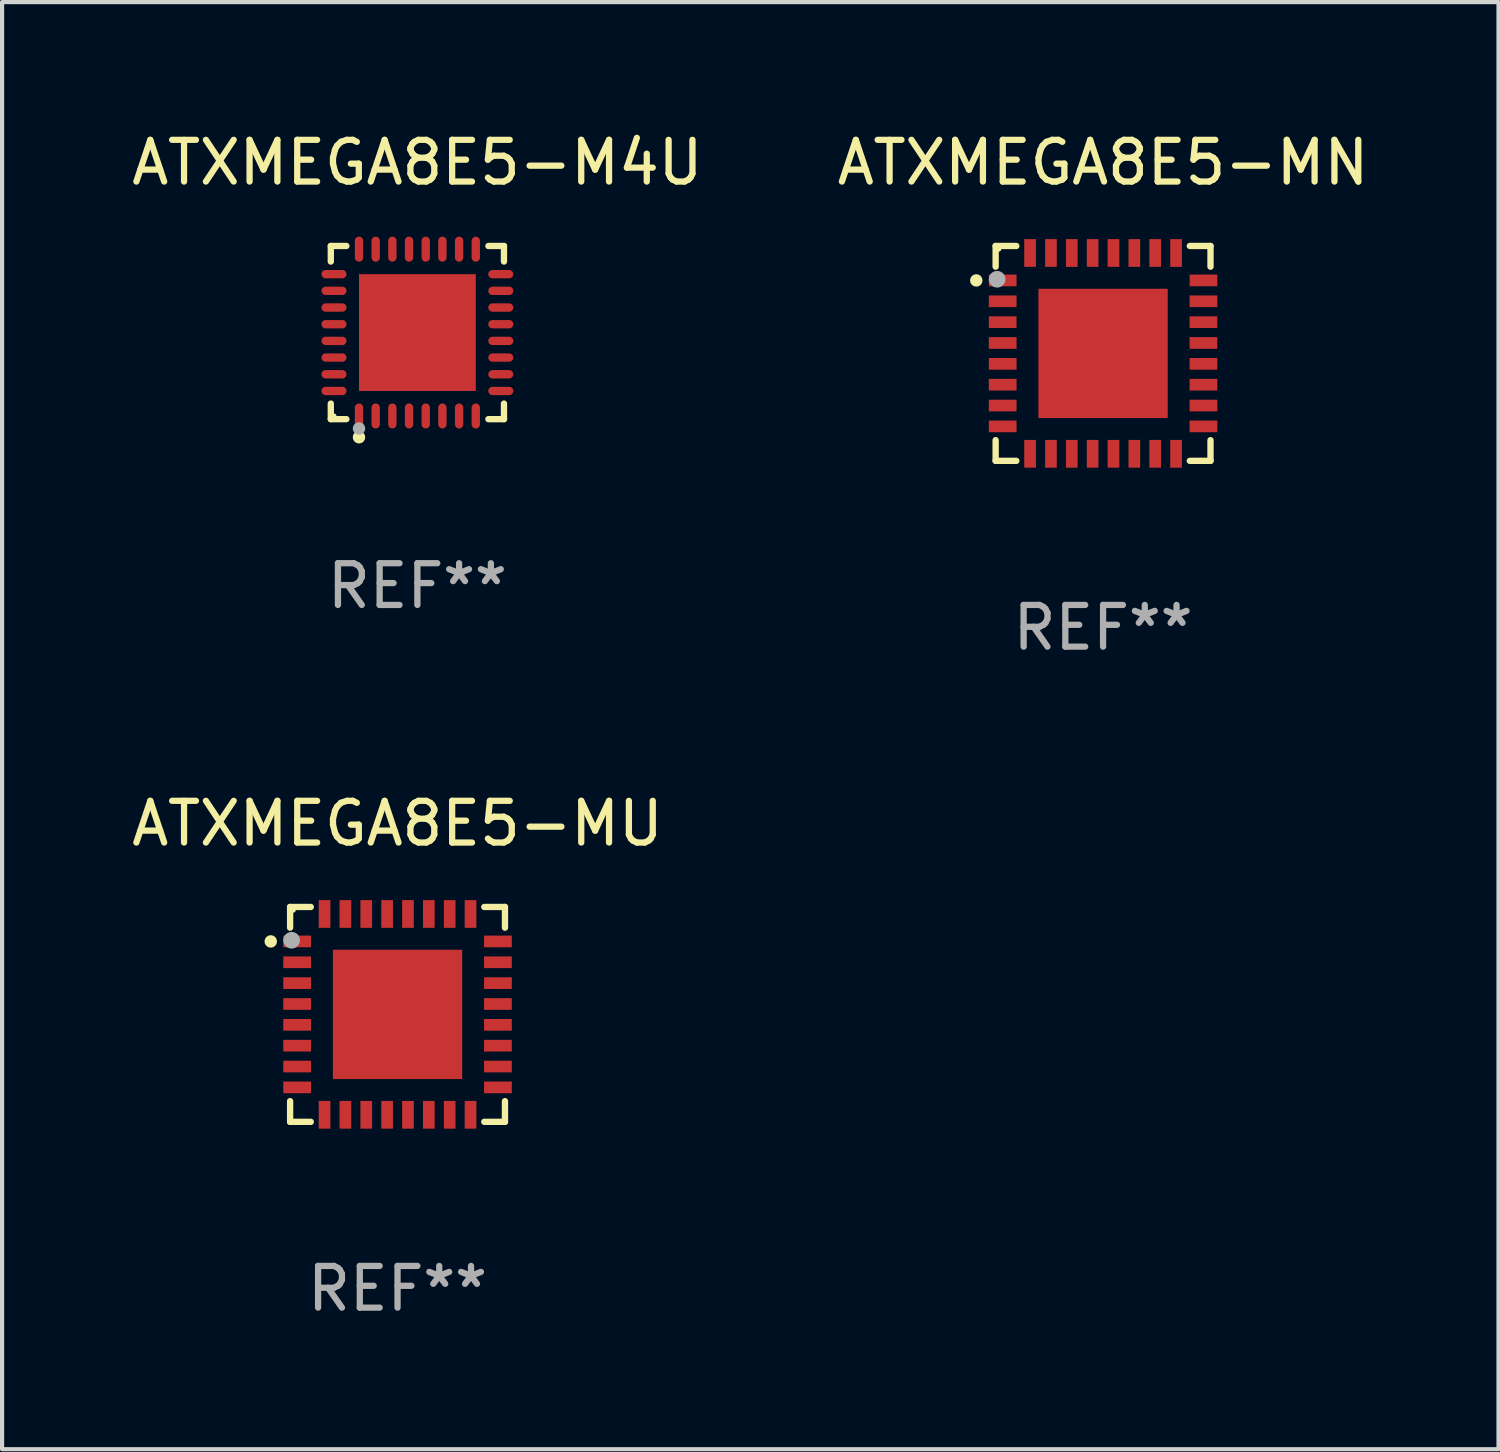
<source format=kicad_pcb>
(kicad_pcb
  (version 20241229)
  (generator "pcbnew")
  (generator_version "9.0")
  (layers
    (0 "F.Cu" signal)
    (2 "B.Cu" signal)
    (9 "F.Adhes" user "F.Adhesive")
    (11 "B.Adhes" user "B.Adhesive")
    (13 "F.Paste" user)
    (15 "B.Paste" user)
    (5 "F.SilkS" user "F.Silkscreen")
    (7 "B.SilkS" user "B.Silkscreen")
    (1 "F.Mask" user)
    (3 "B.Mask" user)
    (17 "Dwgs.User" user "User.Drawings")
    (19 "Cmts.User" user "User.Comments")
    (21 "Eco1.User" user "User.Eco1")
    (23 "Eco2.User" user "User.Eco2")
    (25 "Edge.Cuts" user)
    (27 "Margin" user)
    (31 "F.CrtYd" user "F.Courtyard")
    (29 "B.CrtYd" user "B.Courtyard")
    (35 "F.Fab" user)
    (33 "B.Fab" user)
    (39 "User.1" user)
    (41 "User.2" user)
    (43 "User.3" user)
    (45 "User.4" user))
  (footprint "ATXMEGA8E5-MN"
    (layer "F.Cu")
    (at 23.399 5.424)
    (property "Reference" "ATXMEGA8E5-MN" (at 0 -4.576 0) (layer "F.SilkS") (effects (font (size 1 1) (thickness 0.15))))
    (attr through_hole)
    (fp_line (start -2.576 -2.576) (end -2.576 -2.08) (stroke (width 0.152) (type solid)) (layer "F.SilkS"))
    (fp_line (start -2.576 2.576) (end -2.576 2.08) (stroke (width 0.152) (type solid)) (layer "F.SilkS"))
    (fp_line (start -2.08 -2.576) (end -2.576 -2.576) (stroke (width 0.152) (type solid)) (layer "F.SilkS"))
    (fp_line (start -2.08 2.576) (end -2.576 2.576) (stroke (width 0.152) (type solid)) (layer "F.SilkS"))
    (fp_line (start 2.08 -2.576) (end 2.576 -2.576) (stroke (width 0.152) (type solid)) (layer "F.SilkS"))
    (fp_line (start 2.08 2.576) (end 2.576 2.576) (stroke (width 0.152) (type solid)) (layer "F.SilkS"))
    (fp_line (start 2.576 -2.576) (end 2.576 -2.08) (stroke (width 0.152) (type solid)) (layer "F.SilkS"))
    (fp_line (start 2.576 2.576) (end 2.576 2.08) (stroke (width 0.152) (type solid)) (layer "F.SilkS"))
    (fp_circle (center -3.04 -1.75) (end -2.965 -1.75) (stroke (width 0.15) (type solid)) (fill no) (layer "F.SilkS"))
    (fp_circle (center -2.5 -2.5) (end -2.47 -2.5) (stroke (width 0.06) (type solid)) (fill no) (layer "F.SilkS"))
    (fp_circle (center -2.54 -1.778) (end -2.44 -1.778) (stroke (width 0.2) (type solid)) (fill no) (layer "F.Fab"))
    (fp_text user "REF**" (at 0 6.576 0) (layer "F.Fab") (effects (font (size 1 1) (thickness 0.15))))
    (pad "1" smd rect (at -2.407 -1.75) (size 0.665 0.28) (layers "F.Cu" "F.Mask" "F.Paste"))
    (pad "2" smd rect (at -2.407 -1.25) (size 0.665 0.28) (layers "F.Cu" "F.Mask" "F.Paste"))
    (pad "3" smd rect (at -2.407 -0.75) (size 0.665 0.28) (layers "F.Cu" "F.Mask" "F.Paste"))
    (pad "4" smd rect (at -2.407 -0.25) (size 0.665 0.28) (layers "F.Cu" "F.Mask" "F.Paste"))
    (pad "5" smd rect (at -2.407 0.25) (size 0.665 0.28) (layers "F.Cu" "F.Mask" "F.Paste"))
    (pad "6" smd rect (at -2.407 0.75) (size 0.665 0.28) (layers "F.Cu" "F.Mask" "F.Paste"))
    (pad "7" smd rect (at -2.407 1.25) (size 0.665 0.28) (layers "F.Cu" "F.Mask" "F.Paste"))
    (pad "8" smd rect (at -2.407 1.75) (size 0.665 0.28) (layers "F.Cu" "F.Mask" "F.Paste"))
    (pad "9" smd rect (at -1.75 2.407) (size 0.28 0.665) (layers "F.Cu" "F.Mask" "F.Paste"))
    (pad "10" smd rect (at -1.25 2.407) (size 0.28 0.665) (layers "F.Cu" "F.Mask" "F.Paste"))
    (pad "11" smd rect (at -0.75 2.407) (size 0.28 0.665) (layers "F.Cu" "F.Mask" "F.Paste"))
    (pad "12" smd rect (at -0.25 2.407) (size 0.28 0.665) (layers "F.Cu" "F.Mask" "F.Paste"))
    (pad "13" smd rect (at 0.25 2.407) (size 0.28 0.665) (layers "F.Cu" "F.Mask" "F.Paste"))
    (pad "14" smd rect (at 0.75 2.407) (size 0.28 0.665) (layers "F.Cu" "F.Mask" "F.Paste"))
    (pad "15" smd rect (at 1.25 2.407) (size 0.28 0.665) (layers "F.Cu" "F.Mask" "F.Paste"))
    (pad "16" smd rect (at 1.75 2.407) (size 0.28 0.665) (layers "F.Cu" "F.Mask" "F.Paste"))
    (pad "17" smd rect (at 2.407 1.75) (size 0.665 0.28) (layers "F.Cu" "F.Mask" "F.Paste"))
    (pad "18" smd rect (at 2.407 1.25) (size 0.665 0.28) (layers "F.Cu" "F.Mask" "F.Paste"))
    (pad "19" smd rect (at 2.407 0.75) (size 0.665 0.28) (layers "F.Cu" "F.Mask" "F.Paste"))
    (pad "20" smd rect (at 2.407 0.25) (size 0.665 0.28) (layers "F.Cu" "F.Mask" "F.Paste"))
    (pad "21" smd rect (at 2.407 -0.25) (size 0.665 0.28) (layers "F.Cu" "F.Mask" "F.Paste"))
    (pad "22" smd rect (at 2.407 -0.75) (size 0.665 0.28) (layers "F.Cu" "F.Mask" "F.Paste"))
    (pad "23" smd rect (at 2.407 -1.25) (size 0.665 0.28) (layers "F.Cu" "F.Mask" "F.Paste"))
    (pad "24" smd rect (at 2.407 -1.75) (size 0.665 0.28) (layers "F.Cu" "F.Mask" "F.Paste"))
    (pad "25" smd rect (at 1.75 -2.408) (size 0.28 0.665) (layers "F.Cu" "F.Mask" "F.Paste"))
    (pad "26" smd rect (at 1.25 -2.408) (size 0.28 0.665) (layers "F.Cu" "F.Mask" "F.Paste"))
    (pad "27" smd rect (at 0.75 -2.408) (size 0.28 0.665) (layers "F.Cu" "F.Mask" "F.Paste"))
    (pad "28" smd rect (at 0.25 -2.408) (size 0.28 0.665) (layers "F.Cu" "F.Mask" "F.Paste"))
    (pad "29" smd rect (at -0.25 -2.408) (size 0.28 0.665) (layers "F.Cu" "F.Mask" "F.Paste"))
    (pad "30" smd rect (at -0.75 -2.408) (size 0.28 0.665) (layers "F.Cu" "F.Mask" "F.Paste"))
    (pad "31" smd rect (at -1.25 -2.408) (size 0.28 0.665) (layers "F.Cu" "F.Mask" "F.Paste"))
    (pad "32" smd rect (at -1.75 -2.408) (size 0.28 0.665) (layers "F.Cu" "F.Mask" "F.Paste"))
    (pad "33" smd rect (at -0.000076 -0.000102) (size 3.1 3.1) (layers "F.Cu" "F.Mask" "F.Paste")))
  (footprint "ATXMEGA8E5-MU"
    (layer "F.Cu")
    (at 6.482 21.273)
    (property "Reference" "ATXMEGA8E5-MU" (at 0 -4.576 0) (layer "F.SilkS") (effects (font (size 1 1) (thickness 0.15))))
    (attr through_hole)
    (fp_line (start -2.576 -2.576) (end -2.576 -2.08) (stroke (width 0.152) (type solid)) (layer "F.SilkS"))
    (fp_line (start -2.576 2.576) (end -2.576 2.08) (stroke (width 0.152) (type solid)) (layer "F.SilkS"))
    (fp_line (start -2.08 -2.576) (end -2.576 -2.576) (stroke (width 0.152) (type solid)) (layer "F.SilkS"))
    (fp_line (start -2.08 2.576) (end -2.576 2.576) (stroke (width 0.152) (type solid)) (layer "F.SilkS"))
    (fp_line (start 2.08 -2.576) (end 2.576 -2.576) (stroke (width 0.152) (type solid)) (layer "F.SilkS"))
    (fp_line (start 2.08 2.576) (end 2.576 2.576) (stroke (width 0.152) (type solid)) (layer "F.SilkS"))
    (fp_line (start 2.576 -2.576) (end 2.576 -2.08) (stroke (width 0.152) (type solid)) (layer "F.SilkS"))
    (fp_line (start 2.576 2.576) (end 2.576 2.08) (stroke (width 0.152) (type solid)) (layer "F.SilkS"))
    (fp_circle (center -3.04 -1.75) (end -2.965 -1.75) (stroke (width 0.15) (type solid)) (fill no) (layer "F.SilkS"))
    (fp_circle (center -2.5 -2.5) (end -2.47 -2.5) (stroke (width 0.06) (type solid)) (fill no) (layer "F.SilkS"))
    (fp_circle (center -2.54 -1.778) (end -2.44 -1.778) (stroke (width 0.2) (type solid)) (fill no) (layer "F.Fab"))
    (fp_text user "REF**" (at 0 6.576 0) (layer "F.Fab") (effects (font (size 1 1) (thickness 0.15))))
    (pad "1" smd rect (at -2.407 -1.75) (size 0.665 0.28) (layers "F.Cu" "F.Mask" "F.Paste"))
    (pad "2" smd rect (at -2.407 -1.25) (size 0.665 0.28) (layers "F.Cu" "F.Mask" "F.Paste"))
    (pad "3" smd rect (at -2.407 -0.75) (size 0.665 0.28) (layers "F.Cu" "F.Mask" "F.Paste"))
    (pad "4" smd rect (at -2.407 -0.25) (size 0.665 0.28) (layers "F.Cu" "F.Mask" "F.Paste"))
    (pad "5" smd rect (at -2.407 0.25) (size 0.665 0.28) (layers "F.Cu" "F.Mask" "F.Paste"))
    (pad "6" smd rect (at -2.407 0.75) (size 0.665 0.28) (layers "F.Cu" "F.Mask" "F.Paste"))
    (pad "7" smd rect (at -2.407 1.25) (size 0.665 0.28) (layers "F.Cu" "F.Mask" "F.Paste"))
    (pad "8" smd rect (at -2.407 1.75) (size 0.665 0.28) (layers "F.Cu" "F.Mask" "F.Paste"))
    (pad "9" smd rect (at -1.75 2.407) (size 0.28 0.665) (layers "F.Cu" "F.Mask" "F.Paste"))
    (pad "10" smd rect (at -1.25 2.407) (size 0.28 0.665) (layers "F.Cu" "F.Mask" "F.Paste"))
    (pad "11" smd rect (at -0.75 2.407) (size 0.28 0.665) (layers "F.Cu" "F.Mask" "F.Paste"))
    (pad "12" smd rect (at -0.25 2.407) (size 0.28 0.665) (layers "F.Cu" "F.Mask" "F.Paste"))
    (pad "13" smd rect (at 0.25 2.407) (size 0.28 0.665) (layers "F.Cu" "F.Mask" "F.Paste"))
    (pad "14" smd rect (at 0.75 2.407) (size 0.28 0.665) (layers "F.Cu" "F.Mask" "F.Paste"))
    (pad "15" smd rect (at 1.25 2.407) (size 0.28 0.665) (layers "F.Cu" "F.Mask" "F.Paste"))
    (pad "16" smd rect (at 1.75 2.407) (size 0.28 0.665) (layers "F.Cu" "F.Mask" "F.Paste"))
    (pad "17" smd rect (at 2.407 1.75) (size 0.665 0.28) (layers "F.Cu" "F.Mask" "F.Paste"))
    (pad "18" smd rect (at 2.407 1.25) (size 0.665 0.28) (layers "F.Cu" "F.Mask" "F.Paste"))
    (pad "19" smd rect (at 2.407 0.75) (size 0.665 0.28) (layers "F.Cu" "F.Mask" "F.Paste"))
    (pad "20" smd rect (at 2.407 0.25) (size 0.665 0.28) (layers "F.Cu" "F.Mask" "F.Paste"))
    (pad "21" smd rect (at 2.407 -0.25) (size 0.665 0.28) (layers "F.Cu" "F.Mask" "F.Paste"))
    (pad "22" smd rect (at 2.407 -0.75) (size 0.665 0.28) (layers "F.Cu" "F.Mask" "F.Paste"))
    (pad "23" smd rect (at 2.407 -1.25) (size 0.665 0.28) (layers "F.Cu" "F.Mask" "F.Paste"))
    (pad "24" smd rect (at 2.407 -1.75) (size 0.665 0.28) (layers "F.Cu" "F.Mask" "F.Paste"))
    (pad "25" smd rect (at 1.75 -2.408) (size 0.28 0.665) (layers "F.Cu" "F.Mask" "F.Paste"))
    (pad "26" smd rect (at 1.25 -2.408) (size 0.28 0.665) (layers "F.Cu" "F.Mask" "F.Paste"))
    (pad "27" smd rect (at 0.75 -2.408) (size 0.28 0.665) (layers "F.Cu" "F.Mask" "F.Paste"))
    (pad "28" smd rect (at 0.25 -2.408) (size 0.28 0.665) (layers "F.Cu" "F.Mask" "F.Paste"))
    (pad "29" smd rect (at -0.25 -2.408) (size 0.28 0.665) (layers "F.Cu" "F.Mask" "F.Paste"))
    (pad "30" smd rect (at -0.75 -2.408) (size 0.28 0.665) (layers "F.Cu" "F.Mask" "F.Paste"))
    (pad "31" smd rect (at -1.25 -2.408) (size 0.28 0.665) (layers "F.Cu" "F.Mask" "F.Paste"))
    (pad "32" smd rect (at -1.75 -2.408) (size 0.28 0.665) (layers "F.Cu" "F.Mask" "F.Paste"))
    (pad "33" smd rect (at -0.000076 -0.000102) (size 3.1 3.1) (layers "F.Cu" "F.Mask" "F.Paste")))
  (footprint "ATXMEGA8E5-M4U"
    (layer "F.Cu")
    (at 6.958 4.924)
    (property "Reference" "ATXMEGA8E5-M4U" (at 0 -4.076 0) (layer "F.SilkS") (effects (font (size 1 1) (thickness 0.15))))
    (attr through_hole)
    (fp_line (start -2.076 -2.076) (end -1.703 -2.076) (stroke (width 0.152) (type solid)) (layer "F.SilkS"))
    (fp_line (start -2.076 -1.703) (end -2.076 -2.076) (stroke (width 0.152) (type solid)) (layer "F.SilkS"))
    (fp_line (start -2.076 1.703) (end -2.076 2.076) (stroke (width 0.152) (type solid)) (layer "F.SilkS"))
    (fp_line (start -2.076 2.076) (end -1.703 2.076) (stroke (width 0.152) (type solid)) (layer "F.SilkS"))
    (fp_line (start 2.076 -2.076) (end 1.703 -2.076) (stroke (width 0.152) (type solid)) (layer "F.SilkS"))
    (fp_line (start 2.076 -1.703) (end 2.076 -2.076) (stroke (width 0.152) (type solid)) (layer "F.SilkS"))
    (fp_line (start 2.076 1.703) (end 2.076 2.076) (stroke (width 0.152) (type solid)) (layer "F.SilkS"))
    (fp_line (start 2.076 2.076) (end 1.703 2.076) (stroke (width 0.152) (type solid)) (layer "F.SilkS"))
    (fp_circle (center -2 2) (end -1.97 2) (stroke (width 0.06) (type solid)) (fill no) (layer "F.SilkS"))
    (fp_circle (center -1.4 2.51) (end -1.325 2.51) (stroke (width 0.15) (type solid)) (fill no) (layer "F.SilkS"))
    (fp_circle (center -1.4 2.3) (end -1.325 2.3) (stroke (width 0.15) (type solid)) (fill no) (layer "F.Fab"))
    (fp_text user "REF**" (at 0 6.076 0) (layer "F.Fab") (effects (font (size 1 1) (thickness 0.15))))
    (pad "1" smd oval (at -1.4 2) (size 0.2 0.6) (layers "F.Cu" "F.Mask" "F.Paste"))
    (pad "2" smd oval (at -1 2) (size 0.2 0.6) (layers "F.Cu" "F.Mask" "F.Paste"))
    (pad "3" smd oval (at -0.6 2) (size 0.2 0.6) (layers "F.Cu" "F.Mask" "F.Paste"))
    (pad "4" smd oval (at -0.2 2) (size 0.2 0.6) (layers "F.Cu" "F.Mask" "F.Paste"))
    (pad "5" smd oval (at 0.2 2) (size 0.2 0.6) (layers "F.Cu" "F.Mask" "F.Paste"))
    (pad "6" smd oval (at 0.6 2) (size 0.2 0.6) (layers "F.Cu" "F.Mask" "F.Paste"))
    (pad "7" smd oval (at 1 2) (size 0.2 0.6) (layers "F.Cu" "F.Mask" "F.Paste"))
    (pad "8" smd oval (at 1.4 2) (size 0.2 0.6) (layers "F.Cu" "F.Mask" "F.Paste"))
    (pad "9" smd oval (at 2 1.4) (size 0.6 0.2) (layers "F.Cu" "F.Mask" "F.Paste"))
    (pad "10" smd oval (at 2 1) (size 0.6 0.2) (layers "F.Cu" "F.Mask" "F.Paste"))
    (pad "11" smd oval (at 2 0.6) (size 0.6 0.2) (layers "F.Cu" "F.Mask" "F.Paste"))
    (pad "12" smd oval (at 2 0.2) (size 0.6 0.2) (layers "F.Cu" "F.Mask" "F.Paste"))
    (pad "13" smd oval (at 2 -0.2) (size 0.6 0.2) (layers "F.Cu" "F.Mask" "F.Paste"))
    (pad "14" smd oval (at 2 -0.6) (size 0.6 0.2) (layers "F.Cu" "F.Mask" "F.Paste"))
    (pad "15" smd oval (at 2 -1) (size 0.6 0.2) (layers "F.Cu" "F.Mask" "F.Paste"))
    (pad "16" smd oval (at 2 -1.4) (size 0.6 0.2) (layers "F.Cu" "F.Mask" "F.Paste"))
    (pad "17" smd oval (at 1.4 -2) (size 0.2 0.6) (layers "F.Cu" "F.Mask" "F.Paste"))
    (pad "18" smd oval (at 1 -2) (size 0.2 0.6) (layers "F.Cu" "F.Mask" "F.Paste"))
    (pad "19" smd oval (at 0.6 -2) (size 0.2 0.6) (layers "F.Cu" "F.Mask" "F.Paste"))
    (pad "20" smd oval (at 0.2 -2) (size 0.2 0.6) (layers "F.Cu" "F.Mask" "F.Paste"))
    (pad "21" smd oval (at -0.2 -2) (size 0.2 0.6) (layers "F.Cu" "F.Mask" "F.Paste"))
    (pad "22" smd oval (at -0.6 -2) (size 0.2 0.6) (layers "F.Cu" "F.Mask" "F.Paste"))
    (pad "23" smd oval (at -1 -2) (size 0.2 0.6) (layers "F.Cu" "F.Mask" "F.Paste"))
    (pad "24" smd oval (at -1.4 -2) (size 0.2 0.6) (layers "F.Cu" "F.Mask" "F.Paste"))
    (pad "25" smd oval (at -2 -1.4) (size 0.6 0.2) (layers "F.Cu" "F.Mask" "F.Paste"))
    (pad "26" smd oval (at -2 -1) (size 0.6 0.2) (layers "F.Cu" "F.Mask" "F.Paste"))
    (pad "27" smd oval (at -2 -0.6) (size 0.6 0.2) (layers "F.Cu" "F.Mask" "F.Paste"))
    (pad "28" smd oval (at -2 -0.2) (size 0.6 0.2) (layers "F.Cu" "F.Mask" "F.Paste"))
    (pad "29" smd oval (at -2 0.2) (size 0.6 0.2) (layers "F.Cu" "F.Mask" "F.Paste"))
    (pad "30" smd oval (at -2 0.6) (size 0.6 0.2) (layers "F.Cu" "F.Mask" "F.Paste"))
    (pad "31" smd oval (at -2 1) (size 0.6 0.2) (layers "F.Cu" "F.Mask" "F.Paste"))
    (pad "32" smd oval (at -2 1.4) (size 0.6 0.2) (layers "F.Cu" "F.Mask" "F.Paste"))
    (pad "33" smd rect (at 0 0) (size 2.8 2.8) (layers "F.Cu" "F.Mask" "F.Paste")))
  (gr_rect
    (start -3 -3)
    (end 32.881 31.698)
    (stroke (width 0.1) (type default))
    (fill no)
    (layer "Edge.Cuts")))
</source>
